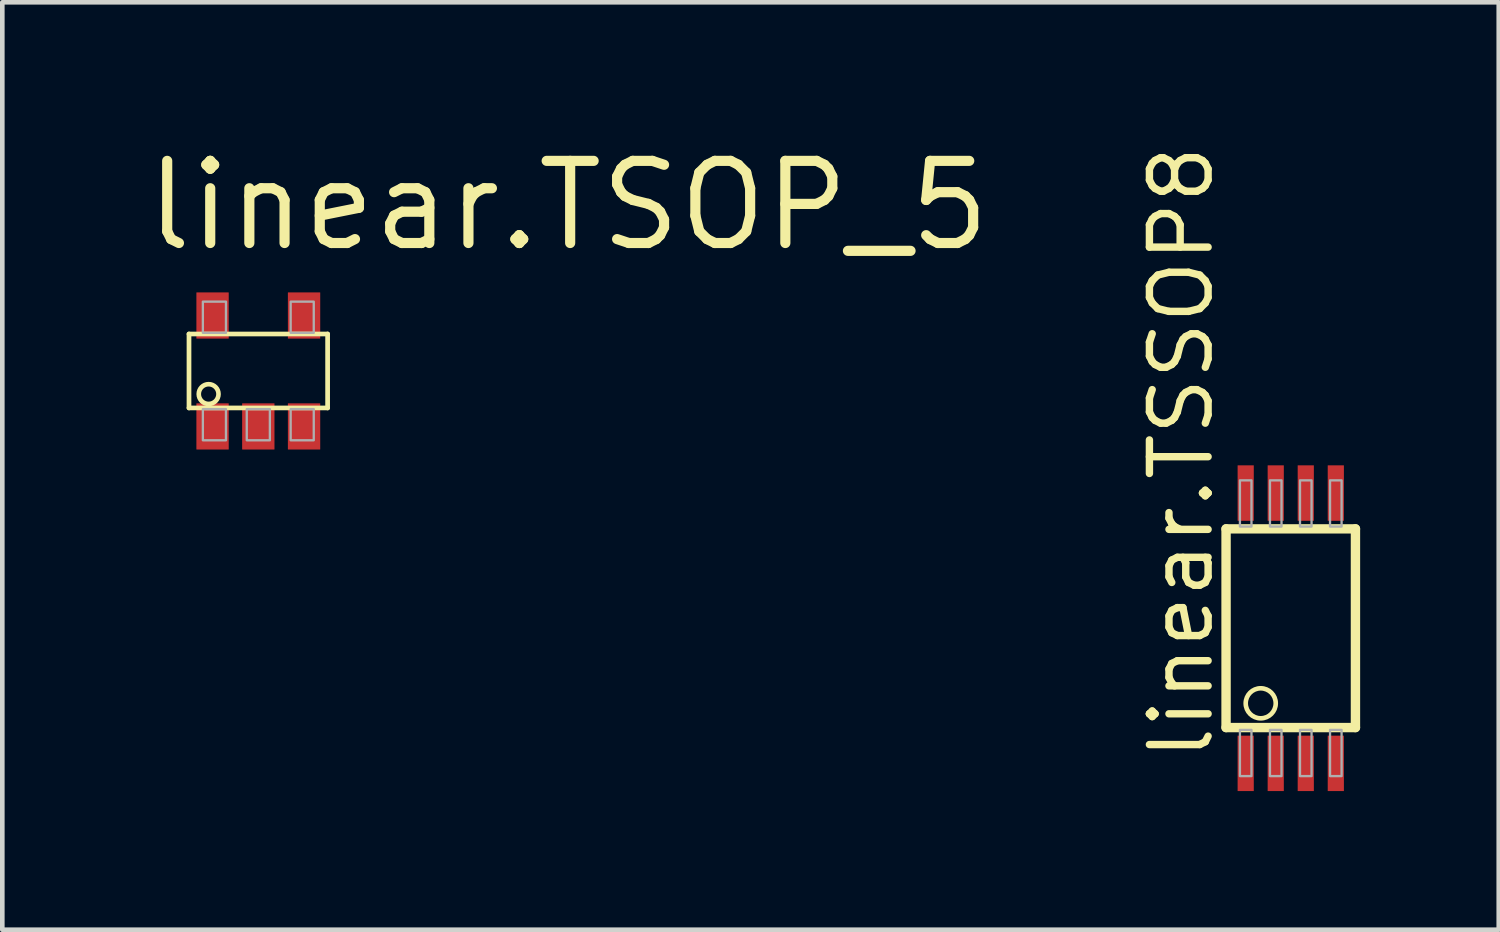
<source format=kicad_pcb>
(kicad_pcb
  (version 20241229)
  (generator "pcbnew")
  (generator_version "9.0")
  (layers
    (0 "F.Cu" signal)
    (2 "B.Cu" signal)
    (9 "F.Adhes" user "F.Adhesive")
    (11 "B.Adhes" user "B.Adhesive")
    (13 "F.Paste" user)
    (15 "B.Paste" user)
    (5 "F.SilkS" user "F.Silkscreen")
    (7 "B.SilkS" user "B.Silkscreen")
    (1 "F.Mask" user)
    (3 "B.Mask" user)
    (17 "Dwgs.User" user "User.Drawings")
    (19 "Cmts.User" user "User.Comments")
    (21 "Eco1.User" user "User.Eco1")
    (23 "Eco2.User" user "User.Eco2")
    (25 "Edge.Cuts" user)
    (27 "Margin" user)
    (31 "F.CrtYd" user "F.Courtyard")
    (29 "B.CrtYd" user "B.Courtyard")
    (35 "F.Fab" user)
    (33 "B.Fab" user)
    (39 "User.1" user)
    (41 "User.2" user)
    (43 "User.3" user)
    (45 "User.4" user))
  (footprint "linear.TSSOP8"
    (layer "F.Cu")
    (at 24.883 10.545)
    (property "Reference" "linear.TSSOP8" (at -1.625 2.925 90) (layer "F.SilkS") (effects (font (size 1.27 1.27) (thickness 0.16)) (justify left bottom)))
    (attr smd)
    (fp_line (start -1.4 -2.15) (end -1.4 2.15) (stroke (width 0.203) (type default)) (layer "F.SilkS"))
    (fp_line (start -1.4 2.15) (end 1.4 2.15) (stroke (width 0.203) (type default)) (layer "F.SilkS"))
    (fp_line (start 1.4 -2.15) (end -1.4 -2.15) (stroke (width 0.203) (type default)) (layer "F.SilkS"))
    (fp_line (start 1.4 2.15) (end 1.4 -2.15) (stroke (width 0.203) (type default)) (layer "F.SilkS"))
    (fp_circle (center -0.65 1.625) (end -0.325 1.625) (stroke (width 0.1) (type default)) (fill no) (layer "F.SilkS"))
    (fp_rect (start -1.1 -2.2) (end -0.85 -3.2) (stroke (width 0.05) (type default)) (fill no) (layer "F.Fab"))
    (fp_rect (start -1.1 3.2) (end -0.85 2.2) (stroke (width 0.05) (type default)) (fill no) (layer "F.Fab"))
    (fp_rect (start -0.45 -2.2) (end -0.2 -3.2) (stroke (width 0.05) (type default)) (fill no) (layer "F.Fab"))
    (fp_rect (start -0.45 3.2) (end -0.2 2.2) (stroke (width 0.05) (type default)) (fill no) (layer "F.Fab"))
    (fp_rect (start 0.2 -2.2) (end 0.45 -3.2) (stroke (width 0.05) (type default)) (fill no) (layer "F.Fab"))
    (fp_rect (start 0.2 3.2) (end 0.45 2.2) (stroke (width 0.05) (type default)) (fill no) (layer "F.Fab"))
    (fp_rect (start 0.85 -2.2) (end 1.1 -3.2) (stroke (width 0.05) (type default)) (fill no) (layer "F.Fab"))
    (fp_rect (start 0.85 3.2) (end 1.1 2.2) (stroke (width 0.05) (type default)) (fill no) (layer "F.Fab"))
    (pad "1" smd roundrect (at -0.975 2.925) (size 0.35 1.2) (layers "F.Cu" "F.Mask" "F.Paste") (roundrect_rratio 0.01))
    (pad "2" smd roundrect (at -0.325 2.925) (size 0.35 1.2) (layers "F.Cu" "F.Mask" "F.Paste") (roundrect_rratio 0.01))
    (pad "3" smd roundrect (at 0.325 2.925) (size 0.35 1.2) (layers "F.Cu" "F.Mask" "F.Paste") (roundrect_rratio 0.01))
    (pad "4" smd roundrect (at 0.975 2.925) (size 0.35 1.2) (layers "F.Cu" "F.Mask" "F.Paste") (roundrect_rratio 0.01))
    (pad "5" smd roundrect (at 0.975 -2.925) (size 0.35 1.2) (layers "F.Cu" "F.Mask" "F.Paste") (roundrect_rratio 0.01))
    (pad "6" smd roundrect (at 0.325 -2.925) (size 0.35 1.2) (layers "F.Cu" "F.Mask" "F.Paste") (roundrect_rratio 0.01))
    (pad "7" smd roundrect (at -0.325 -2.925) (size 0.35 1.2) (layers "F.Cu" "F.Mask" "F.Paste") (roundrect_rratio 0.01))
    (pad "8" smd roundrect (at -0.975 -2.925) (size 0.35 1.2) (layers "F.Cu" "F.Mask" "F.Paste") (roundrect_rratio 0.01)))
  (footprint "linear.TSOP_5"
    (layer "F.Cu")
    (at 2.54 4.978)
    (property "Reference" "linear.TSOP_5" (at -2.54 -2.54 0) (layer "F.SilkS") (effects (font (size 1.778 1.778) (thickness 0.22)) (justify left bottom)))
    (attr smd)
    (fp_line (start -1.5 -0.8) (end 1.5 -0.8) (stroke (width 0.102) (type default)) (layer "F.SilkS"))
    (fp_line (start -1.5 0.8) (end -1.5 -0.8) (stroke (width 0.102) (type default)) (layer "F.SilkS"))
    (fp_line (start 1.5 -0.8) (end 1.5 0.8) (stroke (width 0.102) (type default)) (layer "F.SilkS"))
    (fp_line (start 1.5 0.8) (end -1.5 0.8) (stroke (width 0.102) (type default)) (layer "F.SilkS"))
    (fp_circle (center -1.075 0.5) (end -0.861 0.5) (stroke (width 0.1) (type default)) (fill no) (layer "F.SilkS"))
    (fp_rect (start -1.2 -0.825) (end -0.7 -1.5) (stroke (width 0.05) (type default)) (fill no) (layer "F.Fab"))
    (fp_rect (start -1.2 1.5) (end -0.7 0.825) (stroke (width 0.05) (type default)) (fill no) (layer "F.Fab"))
    (fp_rect (start -0.25 1.5) (end 0.25 0.825) (stroke (width 0.05) (type default)) (fill no) (layer "F.Fab"))
    (fp_rect (start 0.7 -0.825) (end 1.2 -1.5) (stroke (width 0.05) (type default)) (fill no) (layer "F.Fab"))
    (fp_rect (start 0.7 1.5) (end 1.2 0.825) (stroke (width 0.05) (type default)) (fill no) (layer "F.Fab"))
    (pad "1" smd roundrect (at -0.99 1.2) (size 0.7 1) (layers "F.Cu" "F.Mask" "F.Paste") (roundrect_rratio 0.01))
    (pad "2" smd roundrect (at 0 1.2) (size 0.7 1) (layers "F.Cu" "F.Mask" "F.Paste") (roundrect_rratio 0.01))
    (pad "3" smd roundrect (at 0.99 1.2) (size 0.7 1) (layers "F.Cu" "F.Mask" "F.Paste") (roundrect_rratio 0.01))
    (pad "4" smd roundrect (at 0.99 -1.2 180) (size 0.7 1) (layers "F.Cu" "F.Mask" "F.Paste") (roundrect_rratio 0.01))
    (pad "5" smd roundrect (at -0.99 -1.2 180) (size 0.7 1) (layers "F.Cu" "F.Mask" "F.Paste") (roundrect_rratio 0.01)))
  (gr_rect
    (start -3 -3)
    (end 29.384 17.07)
    (stroke (width 0.1) (type default))
    (fill no)
    (layer "Edge.Cuts")))
</source>
